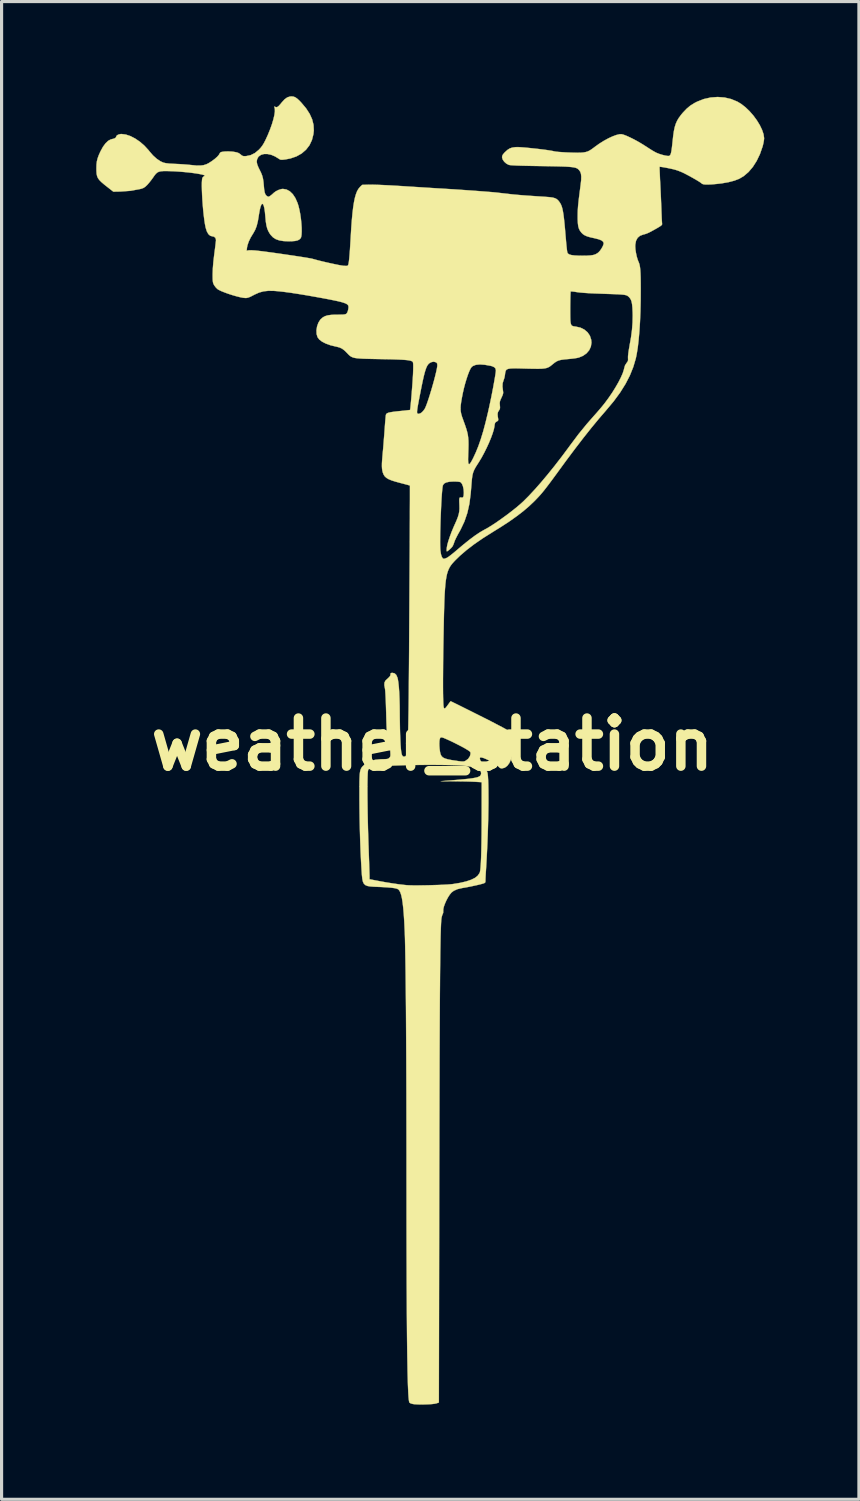
<source format=kicad_pcb>
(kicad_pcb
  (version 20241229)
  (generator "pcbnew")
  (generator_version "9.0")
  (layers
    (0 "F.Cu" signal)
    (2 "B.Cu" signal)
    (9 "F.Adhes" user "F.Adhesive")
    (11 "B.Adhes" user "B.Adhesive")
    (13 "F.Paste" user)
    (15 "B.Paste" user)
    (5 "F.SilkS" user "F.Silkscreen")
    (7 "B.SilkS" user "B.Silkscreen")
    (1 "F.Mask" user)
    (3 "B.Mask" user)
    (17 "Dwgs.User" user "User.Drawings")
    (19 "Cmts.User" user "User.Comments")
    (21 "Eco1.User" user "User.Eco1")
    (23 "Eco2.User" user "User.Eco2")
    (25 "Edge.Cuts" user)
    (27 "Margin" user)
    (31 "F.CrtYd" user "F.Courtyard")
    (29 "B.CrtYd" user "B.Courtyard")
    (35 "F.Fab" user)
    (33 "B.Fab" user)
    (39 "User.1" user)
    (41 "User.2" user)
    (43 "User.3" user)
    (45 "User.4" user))
  (footprint "weather_station"
    (layer "F.Cu")
    (at 10.653 20.54)
    (property "Reference" "weather_station" (at 0 0 0) (layer "F.SilkS") (effects (font (size 1.524 1.524) (thickness 0.3))))
    (attr through_hole)
    (fp_poly (pts (xy -4.404 -20.529) (xy -4.347 -20.507) (xy -4.286 -20.466) (xy -4.215 -20.401) (xy -4.156 -20.339) (xy -4.004 -20.158) (xy -3.889 -19.981) (xy -3.811 -19.807) (xy -3.767 -19.632) (xy -3.758 -19.455) (xy -3.77 -19.341) (xy -3.817 -19.154) (xy -3.895 -18.988) (xy -4.005 -18.846) (xy -4.143 -18.727) (xy -4.308 -18.634) (xy -4.498 -18.569) (xy -4.653 -18.539) (xy -4.733 -18.529) (xy -4.785 -18.527) (xy -4.82 -18.532) (xy -4.848 -18.547) (xy -4.863 -18.557) (xy -4.986 -18.633) (xy -5.109 -18.685) (xy -5.227 -18.71) (xy -5.336 -18.71) (xy -5.43 -18.684) (xy -5.503 -18.632) (xy -5.529 -18.597) (xy -5.559 -18.53) (xy -5.567 -18.459) (xy -5.551 -18.377) (xy -5.51 -18.277) (xy -5.484 -18.225) (xy -5.431 -18.118) (xy -5.394 -18.024) (xy -5.369 -17.929) (xy -5.353 -17.821) (xy -5.343 -17.712) (xy -5.332 -17.589) (xy -5.317 -17.5) (xy -5.296 -17.437) (xy -5.267 -17.396) (xy -5.244 -17.377) (xy -5.208 -17.357) (xy -5.178 -17.36) (xy -5.144 -17.38) (xy -5.095 -17.417) (xy -5.041 -17.465) (xy -5.028 -17.478) (xy -4.964 -17.526) (xy -4.881 -17.568) (xy -4.796 -17.596) (xy -4.739 -17.604) (xy -4.625 -17.585) (xy -4.52 -17.529) (xy -4.425 -17.438) (xy -4.343 -17.314) (xy -4.274 -17.158) (xy -4.242 -17.056) (xy -4.212 -16.931) (xy -4.186 -16.793) (xy -4.166 -16.65) (xy -4.152 -16.507) (xy -4.143 -16.372) (xy -4.142 -16.251) (xy -4.147 -16.15) (xy -4.16 -16.076) (xy -4.174 -16.043) (xy -4.214 -16.002) (xy -4.27 -15.972) (xy -4.348 -15.954) (xy -4.455 -15.945) (xy -4.548 -15.943) (xy -4.716 -15.95) (xy -4.852 -15.972) (xy -4.962 -16.011) (xy -5.053 -16.07) (xy -5.129 -16.151) (xy -5.153 -16.185) (xy -5.199 -16.264) (xy -5.234 -16.348) (xy -5.26 -16.447) (xy -5.279 -16.567) (xy -5.293 -16.718) (xy -5.295 -16.738) (xy -5.308 -16.878) (xy -5.325 -16.99) (xy -5.345 -17.072) (xy -5.369 -17.12) (xy -5.395 -17.131) (xy -5.396 -17.131) (xy -5.421 -17.103) (xy -5.447 -17.038) (xy -5.471 -16.938) (xy -5.495 -16.804) (xy -5.502 -16.758) (xy -5.532 -16.578) (xy -5.569 -16.429) (xy -5.616 -16.307) (xy -5.673 -16.203) (xy -5.679 -16.194) (xy -5.759 -16.063) (xy -5.821 -15.934) (xy -5.862 -15.814) (xy -5.875 -15.748) (xy -5.887 -15.645) (xy -5.83 -15.656) (xy -5.787 -15.659) (xy -5.716 -15.658) (xy -5.63 -15.653) (xy -5.578 -15.648) (xy -5.491 -15.638) (xy -5.378 -15.625) (xy -5.243 -15.607) (xy -5.092 -15.587) (xy -4.93 -15.564) (xy -4.761 -15.54) (xy -4.592 -15.515) (xy -4.426 -15.491) (xy -4.269 -15.467) (xy -4.126 -15.445) (xy -4.002 -15.425) (xy -3.903 -15.408) (xy -3.832 -15.395) (xy -3.798 -15.387) (xy -3.711 -15.363) (xy -3.602 -15.334) (xy -3.476 -15.303) (xy -3.343 -15.272) (xy -3.209 -15.242) (xy -3.082 -15.215) (xy -2.97 -15.192) (xy -2.879 -15.176) (xy -2.817 -15.167) (xy -2.812 -15.167) (xy -2.741 -15.163) (xy -2.7 -15.165) (xy -2.678 -15.177) (xy -2.669 -15.193) (xy -2.657 -15.236) (xy -2.646 -15.304) (xy -2.635 -15.401) (xy -2.624 -15.528) (xy -2.612 -15.688) (xy -2.6 -15.882) (xy -2.589 -16.063) (xy -2.572 -16.357) (xy -2.553 -16.615) (xy -2.532 -16.838) (xy -2.509 -17.03) (xy -2.483 -17.193) (xy -2.454 -17.33) (xy -2.421 -17.442) (xy -2.385 -17.534) (xy -2.343 -17.606) (xy -2.297 -17.661) (xy -2.295 -17.664) (xy -2.225 -17.731) (xy -1.996 -17.738) (xy -1.924 -17.738) (xy -1.82 -17.735) (xy -1.688 -17.731) (xy -1.534 -17.724) (xy -1.366 -17.716) (xy -1.188 -17.706) (xy -1.006 -17.695) (xy -0.986 -17.694) (xy -0.789 -17.681) (xy -0.581 -17.668) (xy -0.372 -17.655) (xy -0.169 -17.642) (xy 0.019 -17.63) (xy 0.183 -17.62) (xy 0.293 -17.614) (xy 0.481 -17.602) (xy 0.68 -17.59) (xy 0.883 -17.576) (xy 1.087 -17.562) (xy 1.285 -17.548) (xy 1.472 -17.534) (xy 1.644 -17.521) (xy 1.794 -17.509) (xy 1.919 -17.499) (xy 2.012 -17.49) (xy 2.042 -17.487) (xy 2.125 -17.477) (xy 2.232 -17.465) (xy 2.349 -17.452) (xy 2.452 -17.44) (xy 2.54 -17.43) (xy 2.633 -17.421) (xy 2.735 -17.412) (xy 2.852 -17.402) (xy 2.988 -17.392) (xy 3.149 -17.381) (xy 3.338 -17.368) (xy 3.561 -17.354) (xy 3.586 -17.352) (xy 3.715 -17.342) (xy 3.811 -17.329) (xy 3.884 -17.309) (xy 3.939 -17.281) (xy 3.984 -17.242) (xy 4.023 -17.193) (xy 4.052 -17.15) (xy 4.077 -17.102) (xy 4.099 -17.046) (xy 4.119 -16.978) (xy 4.136 -16.895) (xy 4.153 -16.793) (xy 4.169 -16.668) (xy 4.185 -16.517) (xy 4.202 -16.336) (xy 4.22 -16.122) (xy 4.231 -15.998) (xy 4.241 -15.879) (xy 4.252 -15.771) (xy 4.262 -15.681) (xy 4.271 -15.616) (xy 4.278 -15.583) (xy 4.301 -15.55) (xy 4.344 -15.524) (xy 4.411 -15.506) (xy 4.506 -15.494) (xy 4.632 -15.488) (xy 4.748 -15.486) (xy 4.894 -15.488) (xy 5.008 -15.495) (xy 5.096 -15.508) (xy 5.165 -15.53) (xy 5.221 -15.56) (xy 5.262 -15.591) (xy 5.312 -15.645) (xy 5.359 -15.713) (xy 5.399 -15.784) (xy 5.423 -15.848) (xy 5.428 -15.888) (xy 5.408 -15.933) (xy 5.358 -15.972) (xy 5.277 -16.005) (xy 5.161 -16.035) (xy 5.136 -16.041) (xy 5.005 -16.07) (xy 4.905 -16.099) (xy 4.829 -16.132) (xy 4.77 -16.171) (xy 4.721 -16.219) (xy 4.72 -16.22) (xy 4.676 -16.279) (xy 4.644 -16.344) (xy 4.622 -16.421) (xy 4.61 -16.518) (xy 4.604 -16.641) (xy 4.604 -16.754) (xy 4.605 -16.836) (xy 4.607 -16.913) (xy 4.612 -16.99) (xy 4.618 -17.073) (xy 4.628 -17.169) (xy 4.64 -17.281) (xy 4.657 -17.416) (xy 4.678 -17.58) (xy 4.699 -17.741) (xy 4.715 -17.883) (xy 4.718 -17.993) (xy 4.709 -18.079) (xy 4.687 -18.145) (xy 4.656 -18.191) (xy 4.633 -18.217) (xy 4.608 -18.239) (xy 4.579 -18.257) (xy 4.541 -18.272) (xy 4.491 -18.284) (xy 4.427 -18.294) (xy 4.344 -18.302) (xy 4.24 -18.309) (xy 4.112 -18.314) (xy 3.955 -18.318) (xy 3.768 -18.322) (xy 3.545 -18.326) (xy 3.449 -18.327) (xy 3.211 -18.331) (xy 3.009 -18.335) (xy 2.842 -18.339) (xy 2.705 -18.343) (xy 2.598 -18.348) (xy 2.517 -18.353) (xy 2.46 -18.358) (xy 2.425 -18.365) (xy 2.417 -18.367) (xy 2.342 -18.407) (xy 2.276 -18.466) (xy 2.228 -18.535) (xy 2.208 -18.602) (xy 2.208 -18.609) (xy 2.214 -18.654) (xy 2.238 -18.698) (xy 2.284 -18.752) (xy 2.298 -18.766) (xy 2.377 -18.838) (xy 2.45 -18.885) (xy 2.528 -18.912) (xy 2.628 -18.926) (xy 2.667 -18.928) (xy 2.729 -18.928) (xy 2.822 -18.922) (xy 2.94 -18.913) (xy 3.074 -18.9) (xy 3.217 -18.885) (xy 3.362 -18.869) (xy 3.502 -18.852) (xy 3.63 -18.835) (xy 3.737 -18.818) (xy 3.818 -18.804) (xy 3.846 -18.797) (xy 3.905 -18.786) (xy 3.994 -18.776) (xy 4.106 -18.768) (xy 4.232 -18.76) (xy 4.363 -18.755) (xy 4.491 -18.751) (xy 4.608 -18.75) (xy 4.706 -18.752) (xy 4.775 -18.757) (xy 4.785 -18.758) (xy 4.857 -18.771) (xy 4.916 -18.788) (xy 4.972 -18.814) (xy 5.034 -18.852) (xy 5.113 -18.909) (xy 5.152 -18.939) (xy 5.292 -19.039) (xy 5.436 -19.129) (xy 5.577 -19.206) (xy 5.711 -19.268) (xy 5.83 -19.312) (xy 5.931 -19.336) (xy 5.994 -19.338) (xy 6.057 -19.322) (xy 6.146 -19.288) (xy 6.254 -19.239) (xy 6.376 -19.179) (xy 6.504 -19.11) (xy 6.632 -19.035) (xy 6.753 -18.959) (xy 6.78 -18.942) (xy 6.873 -18.881) (xy 6.964 -18.824) (xy 7.045 -18.777) (xy 7.104 -18.746) (xy 7.11 -18.744) (xy 7.191 -18.712) (xy 7.281 -18.684) (xy 7.369 -18.662) (xy 7.443 -18.649) (xy 7.495 -18.648) (xy 7.503 -18.65) (xy 7.526 -18.663) (xy 7.545 -18.691) (xy 7.561 -18.739) (xy 7.576 -18.809) (xy 7.59 -18.909) (xy 7.605 -19.04) (xy 7.611 -19.099) (xy 7.631 -19.283) (xy 7.653 -19.435) (xy 7.68 -19.562) (xy 7.714 -19.67) (xy 7.757 -19.766) (xy 7.811 -19.857) (xy 7.88 -19.95) (xy 7.934 -20.015) (xy 8.053 -20.141) (xy 8.173 -20.242) (xy 8.311 -20.328) (xy 8.392 -20.369) (xy 8.601 -20.451) (xy 8.819 -20.5) (xy 9.04 -20.516) (xy 9.258 -20.5) (xy 9.467 -20.451) (xy 9.663 -20.37) (xy 9.783 -20.298) (xy 9.92 -20.192) (xy 10.052 -20.065) (xy 10.175 -19.924) (xy 10.284 -19.775) (xy 10.376 -19.624) (xy 10.447 -19.476) (xy 10.494 -19.337) (xy 10.512 -19.213) (xy 10.512 -19.205) (xy 10.506 -19.143) (xy 10.491 -19.059) (xy 10.47 -18.969) (xy 10.463 -18.944) (xy 10.38 -18.706) (xy 10.276 -18.49) (xy 10.155 -18.3) (xy 10.018 -18.139) (xy 9.867 -18.01) (xy 9.722 -17.924) (xy 9.568 -17.865) (xy 9.38 -17.816) (xy 9.161 -17.778) (xy 9.018 -17.762) (xy 8.865 -17.748) (xy 8.746 -17.742) (xy 8.657 -17.742) (xy 8.593 -17.749) (xy 8.551 -17.763) (xy 8.529 -17.78) (xy 8.497 -17.805) (xy 8.437 -17.844) (xy 8.354 -17.894) (xy 8.256 -17.95) (xy 8.149 -18.01) (xy 8.039 -18.068) (xy 7.961 -18.108) (xy 7.877 -18.146) (xy 7.779 -18.184) (xy 7.707 -18.207) (xy 7.643 -18.225) (xy 7.562 -18.243) (xy 7.473 -18.262) (xy 7.384 -18.279) (xy 7.305 -18.293) (xy 7.242 -18.302) (xy 7.205 -18.305) (xy 7.199 -18.304) (xy 7.199 -18.283) (xy 7.2 -18.229) (xy 7.203 -18.147) (xy 7.208 -18.04) (xy 7.213 -17.916) (xy 7.22 -17.79) (xy 7.228 -17.625) (xy 7.236 -17.449) (xy 7.244 -17.272) (xy 7.251 -17.106) (xy 7.257 -16.962) (xy 7.258 -16.911) (xy 7.263 -16.791) (xy 7.267 -16.684) (xy 7.272 -16.594) (xy 7.276 -16.53) (xy 7.279 -16.498) (xy 7.279 -16.498) (xy 7.278 -16.475) (xy 7.261 -16.452) (xy 7.224 -16.423) (xy 7.159 -16.383) (xy 7.117 -16.358) (xy 6.999 -16.292) (xy 6.908 -16.242) (xy 6.835 -16.207) (xy 6.776 -16.183) (xy 6.721 -16.166) (xy 6.683 -16.157) (xy 6.579 -16.118) (xy 6.503 -16.053) (xy 6.453 -15.96) (xy 6.43 -15.839) (xy 6.428 -15.784) (xy 6.434 -15.688) (xy 6.451 -15.577) (xy 6.475 -15.464) (xy 6.504 -15.364) (xy 6.527 -15.305) (xy 6.548 -15.256) (xy 6.565 -15.198) (xy 6.578 -15.129) (xy 6.588 -15.042) (xy 6.595 -14.935) (xy 6.6 -14.802) (xy 6.602 -14.639) (xy 6.603 -14.442) (xy 6.603 -14.428) (xy 6.601 -14.064) (xy 6.593 -13.718) (xy 6.579 -13.393) (xy 6.56 -13.092) (xy 6.536 -12.819) (xy 6.508 -12.576) (xy 6.474 -12.367) (xy 6.446 -12.231) (xy 6.366 -11.96) (xy 6.258 -11.691) (xy 6.119 -11.422) (xy 5.948 -11.149) (xy 5.743 -10.87) (xy 5.502 -10.583) (xy 5.5 -10.58) (xy 5.278 -10.323) (xy 5.042 -10.037) (xy 4.79 -9.72) (xy 4.522 -9.371) (xy 4.236 -8.989) (xy 4.028 -8.704) (xy 3.898 -8.526) (xy 3.788 -8.376) (xy 3.694 -8.25) (xy 3.613 -8.144) (xy 3.543 -8.054) (xy 3.479 -7.976) (xy 3.42 -7.907) (xy 3.361 -7.842) (xy 3.3 -7.778) (xy 3.234 -7.71) (xy 3.229 -7.705) (xy 3.063 -7.547) (xy 2.88 -7.391) (xy 2.673 -7.232) (xy 2.441 -7.067) (xy 2.179 -6.896) (xy 1.915 -6.732) (xy 1.604 -6.536) (xy 1.329 -6.347) (xy 1.086 -6.161) (xy 0.873 -5.978) (xy 0.728 -5.837) (xy 0.675 -5.781) (xy 0.628 -5.728) (xy 0.587 -5.675) (xy 0.55 -5.618) (xy 0.518 -5.556) (xy 0.49 -5.487) (xy 0.465 -5.407) (xy 0.445 -5.314) (xy 0.427 -5.206) (xy 0.412 -5.08) (xy 0.4 -4.934) (xy 0.389 -4.765) (xy 0.38 -4.571) (xy 0.373 -4.35) (xy 0.366 -4.098) (xy 0.36 -3.814) (xy 0.354 -3.494) (xy 0.35 -3.282) (xy 0.344 -2.939) (xy 0.34 -2.621) (xy 0.338 -2.331) (xy 0.336 -2.07) (xy 0.336 -1.839) (xy 0.337 -1.639) (xy 0.34 -1.473) (xy 0.344 -1.341) (xy 0.349 -1.244) (xy 0.356 -1.185) (xy 0.36 -1.167) (xy 0.376 -1.142) (xy 0.395 -1.139) (xy 0.422 -1.161) (xy 0.462 -1.212) (xy 0.49 -1.25) (xy 0.531 -1.307) (xy 0.562 -1.349) (xy 0.579 -1.367) (xy 0.579 -1.368) (xy 0.598 -1.359) (xy 0.647 -1.335) (xy 0.725 -1.297) (xy 0.827 -1.247) (xy 0.949 -1.186) (xy 1.089 -1.116) (xy 1.242 -1.04) (xy 1.353 -0.984) (xy 1.624 -0.848) (xy 1.861 -0.728) (xy 2.064 -0.622) (xy 2.237 -0.531) (xy 2.378 -0.453) (xy 2.491 -0.388) (xy 2.577 -0.336) (xy 2.636 -0.294) (xy 2.662 -0.271) (xy 2.696 -0.229) (xy 2.712 -0.18) (xy 2.711 -0.12) (xy 2.693 -0.041) (xy 2.655 0.062) (xy 2.621 0.143) (xy 2.58 0.24) (xy 2.541 0.336) (xy 2.509 0.419) (xy 2.492 0.469) (xy 2.44 0.59) (xy 2.372 0.681) (xy 2.293 0.739) (xy 2.204 0.762) (xy 2.194 0.762) (xy 2.143 0.748) (xy 2.093 0.703) (xy 2.085 0.694) (xy 2.044 0.656) (xy 1.975 0.609) (xy 1.889 0.558) (xy 1.795 0.509) (xy 1.702 0.465) (xy 1.621 0.432) (xy 1.568 0.417) (xy 1.525 0.412) (xy 1.507 0.424) (xy 1.504 0.456) (xy 1.515 0.495) (xy 1.545 0.556) (xy 1.589 0.629) (xy 1.609 0.658) (xy 1.658 0.734) (xy 1.702 0.806) (xy 1.732 0.863) (xy 1.739 0.879) (xy 1.751 0.93) (xy 1.76 1.016) (xy 1.767 1.135) (xy 1.772 1.283) (xy 1.775 1.456) (xy 1.776 1.652) (xy 1.776 1.867) (xy 1.773 2.097) (xy 1.769 2.34) (xy 1.762 2.592) (xy 1.754 2.85) (xy 1.744 3.11) (xy 1.732 3.369) (xy 1.719 3.624) (xy 1.709 3.8) (xy 1.701 3.933) (xy 1.693 4.057) (xy 1.687 4.164) (xy 1.683 4.249) (xy 1.681 4.305) (xy 1.681 4.32) (xy 1.679 4.358) (xy 1.668 4.382) (xy 1.64 4.399) (xy 1.586 4.416) (xy 1.558 4.424) (xy 1.452 4.451) (xy 1.322 4.48) (xy 1.179 4.51) (xy 1.039 4.537) (xy 0.942 4.553) (xy 0.79 4.589) (xy 0.671 4.643) (xy 0.602 4.698) (xy 0.548 4.764) (xy 0.493 4.85) (xy 0.441 4.948) (xy 0.397 5.049) (xy 0.363 5.143) (xy 0.345 5.222) (xy 0.344 5.272) (xy 0.341 5.341) (xy 0.326 5.376) (xy 0.308 5.422) (xy 0.291 5.488) (xy 0.285 5.529) (xy 0.28 5.579) (xy 0.276 5.644) (xy 0.272 5.725) (xy 0.268 5.823) (xy 0.264 5.939) (xy 0.26 6.074) (xy 0.257 6.228) (xy 0.254 6.404) (xy 0.25 6.602) (xy 0.248 6.822) (xy 0.245 7.066) (xy 0.242 7.335) (xy 0.24 7.629) (xy 0.237 7.951) (xy 0.235 8.3) (xy 0.233 8.677) (xy 0.231 9.084) (xy 0.229 9.522) (xy 0.227 9.992) (xy 0.226 10.494) (xy 0.224 11.029) (xy 0.223 11.599) (xy 0.221 12.204) (xy 0.22 12.846) (xy 0.218 13.525) (xy 0.217 14.048) (xy 0.205 20.857) (xy 0.127 20.884) (xy 0.072 20.896) (xy -0.012 20.906) (xy -0.117 20.913) (xy -0.233 20.917) (xy -0.351 20.919) (xy -0.461 20.917) (xy -0.555 20.912) (xy -0.619 20.904) (xy -0.684 20.886) (xy -0.724 20.863) (xy -0.731 20.853) (xy -0.74 20.819) (xy -0.748 20.762) (xy -0.756 20.681) (xy -0.763 20.575) (xy -0.769 20.443) (xy -0.776 20.286) (xy -0.781 20.101) (xy -0.787 19.889) (xy -0.791 19.648) (xy -0.796 19.378) (xy -0.8 19.078) (xy -0.804 18.748) (xy -0.807 18.385) (xy -0.81 17.99) (xy -0.812 17.563) (xy -0.815 17.101) (xy -0.816 16.605) (xy -0.818 16.073) (xy -0.819 15.505) (xy -0.82 14.901) (xy -0.82 14.258) (xy -0.821 13.706) (xy -0.821 13.002) (xy -0.822 12.325) (xy -0.823 11.676) (xy -0.824 11.057) (xy -0.826 10.467) (xy -0.828 9.908) (xy -0.831 9.38) (xy -0.834 8.884) (xy -0.837 8.421) (xy -0.841 7.99) (xy -0.845 7.594) (xy -0.849 7.232) (xy -0.854 6.905) (xy -0.859 6.615) (xy -0.864 6.36) (xy -0.869 6.144) (xy -0.875 5.965) (xy -0.879 5.881) (xy -0.892 5.613) (xy -0.907 5.381) (xy -0.924 5.184) (xy -0.943 5.019) (xy -0.964 4.884) (xy -0.988 4.776) (xy -1.015 4.694) (xy -1.046 4.634) (xy -1.08 4.595) (xy -1.121 4.575) (xy -1.192 4.557) (xy -1.295 4.543) (xy -1.431 4.531) (xy -1.604 4.521) (xy -1.699 4.517) (xy -1.852 4.511) (xy -1.971 4.502) (xy -2.061 4.486) (xy -2.126 4.458) (xy -2.172 4.414) (xy -2.202 4.35) (xy -2.221 4.26) (xy -2.234 4.141) (xy -2.244 3.988) (xy -2.245 3.973) (xy -2.261 3.701) (xy -2.276 3.396) (xy -2.288 3.067) (xy -2.298 2.721) (xy -2.306 2.364) (xy -2.311 2.004) (xy -2.313 1.71) (xy -2.313 1.51) (xy -2.059 1.51) (xy -2.058 1.714) (xy -2.055 1.936) (xy -2.052 2.171) (xy -2.047 2.417) (xy -2.041 2.671) (xy -2.033 2.929) (xy -2.025 3.189) (xy -2.024 3.199) (xy -2.018 3.385) (xy -2.012 3.562) (xy -2.006 3.725) (xy -2.002 3.871) (xy -1.998 3.994) (xy -1.995 4.09) (xy -1.993 4.154) (xy -1.993 4.179) (xy -1.993 4.274) (xy -1.671 4.336) (xy -1.465 4.373) (xy -1.259 4.406) (xy -1.064 4.434) (xy -0.891 4.454) (xy -0.811 4.462) (xy -0.724 4.466) (xy -0.605 4.469) (xy -0.462 4.469) (xy -0.303 4.468) (xy -0.135 4.465) (xy 0.036 4.46) (xy 0.201 4.455) (xy 0.354 4.448) (xy 0.488 4.441) (xy 0.594 4.432) (xy 0.645 4.427) (xy 0.876 4.389) (xy 1.07 4.344) (xy 1.228 4.291) (xy 1.351 4.23) (xy 1.439 4.159) (xy 1.493 4.079) (xy 1.506 4.047) (xy 1.517 3.988) (xy 1.527 3.89) (xy 1.536 3.756) (xy 1.544 3.584) (xy 1.55 3.377) (xy 1.555 3.136) (xy 1.559 2.86) (xy 1.561 2.552) (xy 1.562 2.216) (xy 1.563 1.198) (xy 1.343 1.185) (xy 1.255 1.181) (xy 1.137 1.177) (xy 1.001 1.174) (xy 0.856 1.172) (xy 0.712 1.17) (xy 0.694 1.17) (xy 0.264 1.167) (xy 0.576 1.142) (xy 0.796 1.124) (xy 0.981 1.107) (xy 1.132 1.092) (xy 1.254 1.076) (xy 1.35 1.06) (xy 1.422 1.043) (xy 1.474 1.023) (xy 1.509 1.001) (xy 1.53 0.975) (xy 1.541 0.944) (xy 1.544 0.909) (xy 1.544 0.907) (xy 1.529 0.848) (xy 1.484 0.797) (xy 1.407 0.756) (xy 1.296 0.721) (xy 1.148 0.694) (xy 1.075 0.684) (xy 0.965 0.673) (xy 0.822 0.665) (xy 0.65 0.658) (xy 0.455 0.654) (xy 0.241 0.651) (xy 0.014 0.65) (xy -0.221 0.65) (xy -0.459 0.652) (xy -0.695 0.656) (xy -0.923 0.661) (xy -1.139 0.668) (xy -1.337 0.676) (xy -1.512 0.686) (xy -1.659 0.697) (xy -1.748 0.706) (xy -1.855 0.72) (xy -1.93 0.735) (xy -1.98 0.752) (xy -2.012 0.776) (xy -2.033 0.807) (xy -2.037 0.815) (xy -2.044 0.852) (xy -2.05 0.924) (xy -2.054 1.029) (xy -2.057 1.164) (xy -2.059 1.325) (xy -2.059 1.51) (xy -2.313 1.51) (xy -2.313 1.496) (xy -2.313 1.318) (xy -2.312 1.171) (xy -2.308 1.052) (xy -2.303 0.957) (xy -2.295 0.882) (xy -2.283 0.824) (xy -2.267 0.778) (xy -2.247 0.741) (xy -2.223 0.709) (xy -2.193 0.679) (xy -2.169 0.657) (xy -2.066 0.579) (xy -1.95 0.524) (xy -1.814 0.489) (xy -1.652 0.472) (xy -1.548 0.469) (xy -1.47 0.467) (xy -1.419 0.46) (xy -1.385 0.444) (xy -1.365 0.427) (xy -1.345 0.404) (xy -1.334 0.378) (xy -1.329 0.339) (xy -1.331 0.277) (xy -1.335 0.205) (xy -1.344 0.113) (xy -1.357 0.024) (xy -1.373 -0.045) (xy -1.378 -0.061) (xy -1.396 -0.112) (xy -1.41 -0.163) (xy -1.422 -0.22) (xy -1.432 -0.286) (xy -1.44 -0.366) (xy -1.447 -0.465) (xy -1.453 -0.587) (xy -1.458 -0.737) (xy -1.463 -0.92) (xy -1.465 -1.006) (xy -1.47 -1.169) (xy -1.475 -1.323) (xy -1.481 -1.463) (xy -1.487 -1.582) (xy -1.493 -1.677) (xy -1.499 -1.742) (xy -1.503 -1.768) (xy -1.523 -1.876) (xy -1.519 -1.957) (xy -1.49 -2.017) (xy -1.473 -2.035) (xy -1.406 -2.096) (xy -1.363 -2.139) (xy -1.34 -2.17) (xy -1.33 -2.196) (xy -1.329 -2.217) (xy -1.324 -2.251) (xy -1.3 -2.264) (xy -1.262 -2.266) (xy -1.196 -2.25) (xy -1.145 -2.201) (xy -1.108 -2.116) (xy -1.095 -2.065) (xy -1.078 -1.957) (xy -1.063 -1.814) (xy -1.051 -1.641) (xy -1.043 -1.442) (xy -1.037 -1.221) (xy -1.035 -1.016) (xy -1.034 -0.853) (xy -1.031 -0.671) (xy -1.028 -0.487) (xy -1.023 -0.312) (xy -1.017 -0.162) (xy -1.017 -0.155) (xy -1.009 0.012) (xy -0.999 0.142) (xy -0.987 0.241) (xy -0.973 0.311) (xy -0.954 0.357) (xy -0.932 0.381) (xy -0.903 0.388) (xy -0.894 0.387) (xy -0.881 0.385) (xy -0.869 0.383) (xy -0.857 0.377) (xy -0.846 0.369) (xy -0.836 0.356) (xy -0.827 0.336) (xy -0.818 0.309) (xy -0.81 0.273) (xy -0.803 0.228) (xy -0.796 0.17) (xy -0.79 0.1) (xy -0.784 0.016) (xy -0.78 -0.062) (xy 0.219 -0.062) (xy 0.221 0.046) (xy 0.228 0.139) (xy 0.241 0.236) (xy 0.259 0.312) (xy 0.288 0.37) (xy 0.333 0.414) (xy 0.399 0.447) (xy 0.49 0.474) (xy 0.611 0.498) (xy 0.723 0.515) (xy 0.829 0.531) (xy 0.905 0.54) (xy 0.958 0.543) (xy 0.996 0.54) (xy 1.026 0.532) (xy 1.051 0.52) (xy 1.134 0.458) (xy 1.188 0.378) (xy 1.205 0.317) (xy 1.209 0.276) (xy 1.203 0.247) (xy 1.181 0.221) (xy 1.135 0.189) (xy 1.101 0.168) (xy 1.03 0.125) (xy 0.939 0.075) (xy 0.835 0.021) (xy 0.725 -0.035) (xy 0.616 -0.089) (xy 0.512 -0.137) (xy 0.423 -0.177) (xy 0.353 -0.206) (xy 0.309 -0.22) (xy 0.303 -0.221) (xy 0.267 -0.22) (xy 0.246 -0.203) (xy 0.232 -0.162) (xy 0.227 -0.14) (xy 0.219 -0.062) (xy -0.78 -0.062) (xy -0.779 -0.083) (xy -0.774 -0.199) (xy -0.77 -0.333) (xy -0.766 -0.487) (xy -0.762 -0.661) (xy -0.759 -0.857) (xy -0.755 -1.077) (xy -0.752 -1.321) (xy -0.749 -1.59) (xy -0.747 -1.888) (xy -0.744 -2.213) (xy -0.741 -2.569) (xy -0.738 -2.956) (xy -0.736 -3.375) (xy -0.733 -3.829) (xy -0.73 -4.317) (xy -0.727 -4.842) (xy -0.724 -5.383) (xy -0.722 -5.711) (xy -0.72 -6.029) (xy -0.718 -6.333) (xy -0.718 -6.415) (xy 0.245 -6.415) (xy 0.246 -6.291) (xy 0.25 -6.194) (xy 0.253 -6.148) (xy 0.272 -6.025) (xy 0.299 -5.94) (xy 0.333 -5.892) (xy 0.364 -5.881) (xy 0.401 -5.889) (xy 0.453 -5.909) (xy 0.461 -5.913) (xy 0.499 -5.936) (xy 0.559 -5.98) (xy 0.635 -6.04) (xy 0.719 -6.109) (xy 0.766 -6.149) (xy 0.985 -6.334) (xy 1.18 -6.49) (xy 1.352 -6.618) (xy 1.503 -6.719) (xy 1.633 -6.795) (xy 1.651 -6.804) (xy 1.765 -6.867) (xy 1.901 -6.952) (xy 2.053 -7.053) (xy 2.213 -7.166) (xy 2.376 -7.285) (xy 2.534 -7.406) (xy 2.681 -7.524) (xy 2.809 -7.634) (xy 2.884 -7.703) (xy 3.056 -7.875) (xy 3.243 -8.076) (xy 3.443 -8.303) (xy 3.652 -8.552) (xy 3.867 -8.819) (xy 4.084 -9.099) (xy 4.3 -9.388) (xy 4.386 -9.505) (xy 4.632 -9.833) (xy 4.894 -10.154) (xy 5.113 -10.404) (xy 5.199 -10.5) (xy 5.287 -10.602) (xy 5.37 -10.7) (xy 5.437 -10.783) (xy 5.455 -10.805) (xy 5.579 -10.972) (xy 5.696 -11.143) (xy 5.802 -11.313) (xy 5.896 -11.476) (xy 5.973 -11.627) (xy 6.032 -11.762) (xy 6.068 -11.874) (xy 6.075 -11.906) (xy 6.105 -12.011) (xy 6.152 -12.084) (xy 6.186 -12.13) (xy 6.201 -12.172) (xy 6.2 -12.231) (xy 6.199 -12.243) (xy 6.2 -12.306) (xy 6.21 -12.401) (xy 6.228 -12.52) (xy 6.249 -12.641) (xy 6.295 -12.903) (xy 6.326 -13.141) (xy 6.343 -13.365) (xy 6.348 -13.588) (xy 6.346 -13.691) (xy 6.339 -13.837) (xy 6.328 -13.95) (xy 6.311 -14.037) (xy 6.285 -14.103) (xy 6.25 -14.155) (xy 6.211 -14.194) (xy 6.19 -14.21) (xy 6.168 -14.223) (xy 6.14 -14.234) (xy 6.103 -14.243) (xy 6.051 -14.251) (xy 5.983 -14.257) (xy 5.892 -14.263) (xy 5.776 -14.268) (xy 5.63 -14.273) (xy 5.451 -14.279) (xy 5.373 -14.282) (xy 5.15 -14.29) (xy 4.957 -14.299) (xy 4.795 -14.31) (xy 4.668 -14.321) (xy 4.578 -14.333) (xy 4.576 -14.333) (xy 4.496 -14.346) (xy 4.431 -14.353) (xy 4.391 -14.355) (xy 4.382 -14.353) (xy 4.379 -14.331) (xy 4.376 -14.275) (xy 4.373 -14.191) (xy 4.371 -14.084) (xy 4.369 -13.958) (xy 4.368 -13.835) (xy 4.368 -13.671) (xy 4.369 -13.541) (xy 4.372 -13.441) (xy 4.379 -13.368) (xy 4.391 -13.316) (xy 4.409 -13.283) (xy 4.435 -13.262) (xy 4.469 -13.25) (xy 4.514 -13.243) (xy 4.548 -13.239) (xy 4.693 -13.206) (xy 4.817 -13.144) (xy 4.918 -13.058) (xy 4.991 -12.95) (xy 5.032 -12.825) (xy 5.041 -12.732) (xy 5.022 -12.606) (xy 4.969 -12.492) (xy 4.884 -12.392) (xy 4.771 -12.313) (xy 4.643 -12.26) (xy 4.583 -12.246) (xy 4.495 -12.232) (xy 4.394 -12.22) (xy 4.308 -12.212) (xy 4.179 -12.2) (xy 4.08 -12.186) (xy 4.003 -12.167) (xy 3.939 -12.139) (xy 3.878 -12.1) (xy 3.812 -12.047) (xy 3.807 -12.043) (xy 3.757 -12.002) (xy 3.711 -11.969) (xy 3.662 -11.944) (xy 3.607 -11.925) (xy 3.54 -11.913) (xy 3.456 -11.905) (xy 3.35 -11.903) (xy 3.217 -11.904) (xy 3.052 -11.907) (xy 2.971 -11.909) (xy 2.795 -11.914) (xy 2.654 -11.917) (xy 2.544 -11.916) (xy 2.461 -11.911) (xy 2.401 -11.9) (xy 2.359 -11.882) (xy 2.332 -11.855) (xy 2.316 -11.818) (xy 2.306 -11.77) (xy 2.299 -11.71) (xy 2.297 -11.697) (xy 2.283 -11.622) (xy 2.26 -11.55) (xy 2.252 -11.531) (xy 2.226 -11.445) (xy 2.221 -11.339) (xy 2.236 -11.211) (xy 2.243 -11.158) (xy 2.239 -11.113) (xy 2.222 -11.061) (xy 2.189 -10.989) (xy 2.189 -10.988) (xy 2.155 -10.915) (xy 2.138 -10.86) (xy 2.133 -10.809) (xy 2.138 -10.747) (xy 2.138 -10.746) (xy 2.143 -10.678) (xy 2.138 -10.633) (xy 2.119 -10.596) (xy 2.108 -10.582) (xy 2.078 -10.531) (xy 2.066 -10.472) (xy 2.071 -10.394) (xy 2.08 -10.342) (xy 2.087 -10.29) (xy 2.08 -10.26) (xy 2.052 -10.239) (xy 2.037 -10.231) (xy 2.004 -10.21) (xy 1.985 -10.182) (xy 1.973 -10.135) (xy 1.967 -10.083) (xy 1.948 -9.985) (xy 1.911 -9.862) (xy 1.859 -9.719) (xy 1.795 -9.563) (xy 1.721 -9.401) (xy 1.641 -9.241) (xy 1.558 -9.087) (xy 1.474 -8.948) (xy 1.453 -8.915) (xy 1.38 -8.801) (xy 1.328 -8.707) (xy 1.293 -8.622) (xy 1.27 -8.534) (xy 1.255 -8.433) (xy 1.249 -8.374) (xy 1.24 -8.269) (xy 1.23 -8.144) (xy 1.219 -8.016) (xy 1.212 -7.937) (xy 1.172 -7.623) (xy 1.107 -7.334) (xy 1.015 -7.064) (xy 0.894 -6.808) (xy 0.857 -6.741) (xy 0.803 -6.645) (xy 0.755 -6.552) (xy 0.717 -6.472) (xy 0.694 -6.413) (xy 0.691 -6.403) (xy 0.668 -6.337) (xy 0.64 -6.279) (xy 0.629 -6.263) (xy 0.592 -6.221) (xy 0.545 -6.177) (xy 0.499 -6.139) (xy 0.466 -6.118) (xy 0.458 -6.116) (xy 0.452 -6.133) (xy 0.452 -6.179) (xy 0.456 -6.229) (xy 0.472 -6.32) (xy 0.504 -6.437) (xy 0.55 -6.575) (xy 0.605 -6.725) (xy 0.669 -6.879) (xy 0.703 -6.956) (xy 0.764 -7.092) (xy 0.807 -7.203) (xy 0.836 -7.298) (xy 0.852 -7.387) (xy 0.858 -7.477) (xy 0.856 -7.578) (xy 0.856 -7.58) (xy 0.852 -7.685) (xy 0.851 -7.756) (xy 0.857 -7.8) (xy 0.869 -7.822) (xy 0.889 -7.827) (xy 0.912 -7.823) (xy 0.952 -7.82) (xy 0.977 -7.839) (xy 0.991 -7.886) (xy 0.996 -7.966) (xy 0.996 -7.983) (xy 0.989 -8.084) (xy 0.969 -8.177) (xy 0.939 -8.253) (xy 0.902 -8.302) (xy 0.892 -8.309) (xy 0.85 -8.321) (xy 0.778 -8.328) (xy 0.686 -8.331) (xy 0.673 -8.331) (xy 0.536 -8.323) (xy 0.435 -8.3) (xy 0.367 -8.262) (xy 0.332 -8.208) (xy 0.33 -8.201) (xy 0.32 -8.144) (xy 0.31 -8.054) (xy 0.3 -7.935) (xy 0.29 -7.792) (xy 0.281 -7.631) (xy 0.273 -7.457) (xy 0.265 -7.274) (xy 0.258 -7.088) (xy 0.253 -6.904) (xy 0.248 -6.727) (xy 0.246 -6.562) (xy 0.245 -6.415) (xy -0.718 -6.415) (xy -0.717 -6.623) (xy -0.716 -6.895) (xy -0.714 -7.147) (xy -0.714 -7.378) (xy -0.713 -7.585) (xy -0.712 -7.766) (xy -0.712 -7.919) (xy -0.712 -8.041) (xy -0.712 -8.13) (xy -0.712 -8.185) (xy -0.713 -8.202) (xy -0.733 -8.209) (xy -0.784 -8.224) (xy -0.86 -8.244) (xy -0.954 -8.269) (xy -1.012 -8.284) (xy -1.17 -8.327) (xy -1.294 -8.366) (xy -1.389 -8.406) (xy -1.459 -8.448) (xy -1.51 -8.495) (xy -1.546 -8.551) (xy -1.572 -8.618) (xy -1.573 -8.621) (xy -1.587 -8.68) (xy -1.596 -8.742) (xy -1.6 -8.816) (xy -1.599 -8.906) (xy -1.592 -9.02) (xy -1.58 -9.164) (xy -1.573 -9.242) (xy -1.562 -9.359) (xy -1.55 -9.503) (xy -1.538 -9.662) (xy -1.525 -9.823) (xy -1.514 -9.972) (xy -1.505 -10.099) (xy -1.496 -10.216) (xy -1.487 -10.315) (xy -1.48 -10.391) (xy -1.475 -10.436) (xy -1.473 -10.444) (xy -1.462 -10.47) (xy -1.438 -10.491) (xy -1.398 -10.509) (xy -1.36 -10.518) (xy -0.486 -10.518) (xy -0.482 -10.495) (xy -0.475 -10.486) (xy -0.437 -10.473) (xy -0.383 -10.49) (xy -0.333 -10.524) (xy -0.283 -10.577) (xy -0.239 -10.64) (xy -0.236 -10.645) (xy 0.892 -10.645) (xy 0.897 -10.56) (xy 0.912 -10.476) (xy 0.939 -10.383) (xy 0.979 -10.273) (xy 0.979 -10.27) (xy 1.03 -10.132) (xy 1.069 -10.016) (xy 1.099 -9.914) (xy 1.121 -9.819) (xy 1.134 -9.724) (xy 1.142 -9.621) (xy 1.144 -9.502) (xy 1.141 -9.36) (xy 1.135 -9.189) (xy 1.134 -9.154) (xy 1.131 -9.028) (xy 1.135 -8.941) (xy 1.146 -8.891) (xy 1.165 -8.878) (xy 1.194 -8.902) (xy 1.234 -8.962) (xy 1.285 -9.057) (xy 1.291 -9.069) (xy 1.376 -9.252) (xy 1.457 -9.452) (xy 1.535 -9.675) (xy 1.611 -9.924) (xy 1.685 -10.202) (xy 1.76 -10.513) (xy 1.806 -10.718) (xy 1.836 -10.859) (xy 1.867 -11.009) (xy 1.897 -11.162) (xy 1.926 -11.313) (xy 1.952 -11.457) (xy 1.975 -11.587) (xy 1.993 -11.698) (xy 2.006 -11.783) (xy 2.012 -11.838) (xy 2.012 -11.848) (xy 2.001 -11.909) (xy 1.963 -11.952) (xy 1.894 -11.984) (xy 1.846 -11.997) (xy 1.66 -12.03) (xy 1.505 -12.041) (xy 1.38 -12.029) (xy 1.287 -11.993) (xy 1.245 -11.961) (xy 1.21 -11.911) (xy 1.17 -11.828) (xy 1.127 -11.718) (xy 1.083 -11.587) (xy 1.039 -11.441) (xy 0.998 -11.285) (xy 0.962 -11.126) (xy 0.937 -10.997) (xy 0.912 -10.854) (xy 0.897 -10.74) (xy 0.892 -10.645) (xy -0.236 -10.645) (xy -0.233 -10.65) (xy -0.203 -10.72) (xy -0.166 -10.818) (xy -0.125 -10.939) (xy -0.081 -11.077) (xy -0.036 -11.224) (xy 0.008 -11.376) (xy 0.05 -11.526) (xy 0.087 -11.668) (xy 0.118 -11.795) (xy 0.141 -11.901) (xy 0.154 -11.981) (xy 0.156 -12.015) (xy 0.152 -12.067) (xy 0.131 -12.096) (xy 0.098 -12.114) (xy 0.039 -12.128) (xy -0.023 -12.116) (xy -0.064 -12.099) (xy -0.1 -12.076) (xy -0.132 -12.045) (xy -0.162 -12.002) (xy -0.19 -11.945) (xy -0.218 -11.869) (xy -0.247 -11.772) (xy -0.277 -11.652) (xy -0.31 -11.504) (xy -0.347 -11.325) (xy -0.389 -11.113) (xy -0.419 -10.959) (xy -0.447 -10.813) (xy -0.467 -10.7) (xy -0.48 -10.616) (xy -0.486 -10.557) (xy -0.486 -10.518) (xy -1.36 -10.518) (xy -1.336 -10.524) (xy -1.248 -10.538) (xy -1.129 -10.553) (xy -1.027 -10.563) (xy -0.921 -10.574) (xy -0.83 -10.584) (xy -0.76 -10.592) (xy -0.718 -10.597) (xy -0.709 -10.598) (xy -0.704 -10.62) (xy -0.697 -10.674) (xy -0.689 -10.756) (xy -0.679 -10.86) (xy -0.668 -10.98) (xy -0.657 -11.111) (xy -0.647 -11.247) (xy -0.636 -11.381) (xy -0.627 -11.509) (xy -0.62 -11.625) (xy -0.614 -11.722) (xy -0.612 -11.766) (xy -0.608 -11.898) (xy -0.607 -11.994) (xy -0.609 -12.061) (xy -0.615 -12.103) (xy -0.623 -12.121) (xy -0.643 -12.139) (xy -0.674 -12.153) (xy -0.719 -12.165) (xy -0.782 -12.176) (xy -0.866 -12.184) (xy -0.974 -12.191) (xy -1.108 -12.197) (xy -1.273 -12.203) (xy -1.472 -12.207) (xy -1.641 -12.21) (xy -1.851 -12.214) (xy -2.026 -12.218) (xy -2.17 -12.222) (xy -2.286 -12.228) (xy -2.379 -12.236) (xy -2.453 -12.246) (xy -2.511 -12.26) (xy -2.558 -12.279) (xy -2.598 -12.302) (xy -2.634 -12.331) (xy -2.67 -12.367) (xy -2.706 -12.405) (xy -2.788 -12.485) (xy -2.861 -12.54) (xy -2.939 -12.577) (xy -3.035 -12.603) (xy -3.069 -12.61) (xy -3.234 -12.65) (xy -3.377 -12.702) (xy -3.496 -12.763) (xy -3.585 -12.831) (xy -3.639 -12.904) (xy -3.64 -12.905) (xy -3.67 -13.007) (xy -3.674 -13.126) (xy -3.654 -13.248) (xy -3.613 -13.363) (xy -3.553 -13.458) (xy -3.534 -13.479) (xy -3.472 -13.532) (xy -3.402 -13.57) (xy -3.317 -13.596) (xy -3.21 -13.611) (xy -3.075 -13.618) (xy -3.007 -13.618) (xy -2.901 -13.619) (xy -2.827 -13.621) (xy -2.778 -13.627) (xy -2.746 -13.636) (xy -2.725 -13.649) (xy -2.717 -13.656) (xy -2.691 -13.7) (xy -2.671 -13.765) (xy -2.659 -13.834) (xy -2.661 -13.89) (xy -2.664 -13.9) (xy -2.679 -13.925) (xy -2.705 -13.949) (xy -2.747 -13.972) (xy -2.807 -13.995) (xy -2.887 -14.019) (xy -2.993 -14.045) (xy -3.125 -14.073) (xy -3.289 -14.106) (xy -3.485 -14.143) (xy -3.613 -14.166) (xy -3.937 -14.224) (xy -4.229 -14.272) (xy -4.488 -14.312) (xy -4.712 -14.342) (xy -4.9 -14.362) (xy -5.021 -14.372) (xy -5.196 -14.374) (xy -5.349 -14.358) (xy -5.491 -14.319) (xy -5.635 -14.255) (xy -5.673 -14.235) (xy -5.766 -14.187) (xy -5.837 -14.159) (xy -5.896 -14.147) (xy -5.922 -14.146) (xy -5.997 -14.153) (xy -6.099 -14.173) (xy -6.217 -14.203) (xy -6.345 -14.24) (xy -6.474 -14.282) (xy -6.594 -14.326) (xy -6.698 -14.368) (xy -6.778 -14.408) (xy -6.811 -14.429) (xy -6.863 -14.48) (xy -6.911 -14.544) (xy -6.922 -14.562) (xy -6.94 -14.599) (xy -6.952 -14.637) (xy -6.959 -14.684) (xy -6.963 -14.749) (xy -6.964 -14.839) (xy -6.964 -14.908) (xy -6.958 -15.08) (xy -6.942 -15.28) (xy -6.917 -15.497) (xy -6.91 -15.553) (xy -6.894 -15.674) (xy -6.88 -15.785) (xy -6.869 -15.878) (xy -6.861 -15.947) (xy -6.858 -15.985) (xy -6.858 -15.987) (xy -6.875 -16.049) (xy -6.92 -16.089) (xy -6.973 -16.1) (xy -7.041 -16.119) (xy -7.101 -16.173) (xy -7.15 -16.262) (xy -7.187 -16.382) (xy -7.187 -16.383) (xy -7.208 -16.49) (xy -7.228 -16.62) (xy -7.246 -16.766) (xy -7.263 -16.924) (xy -7.277 -17.088) (xy -7.289 -17.252) (xy -7.298 -17.411) (xy -7.304 -17.561) (xy -7.307 -17.695) (xy -7.306 -17.807) (xy -7.3 -17.894) (xy -7.291 -17.949) (xy -7.287 -17.958) (xy -7.251 -17.997) (xy -7.223 -18.013) (xy -7.212 -18.025) (xy -7.235 -18.04) (xy -7.289 -18.056) (xy -7.368 -18.073) (xy -7.47 -18.091) (xy -7.588 -18.108) (xy -7.72 -18.124) (xy -7.861 -18.138) (xy -8.006 -18.15) (xy -8.152 -18.16) (xy -8.266 -18.165) (xy -8.409 -18.169) (xy -8.519 -18.169) (xy -8.604 -18.162) (xy -8.669 -18.147) (xy -8.72 -18.121) (xy -8.764 -18.082) (xy -8.808 -18.028) (xy -8.851 -17.965) (xy -8.91 -17.884) (xy -8.975 -17.802) (xy -9.034 -17.734) (xy -9.041 -17.727) (xy -9.102 -17.67) (xy -9.157 -17.634) (xy -9.225 -17.609) (xy -9.261 -17.6) (xy -9.567 -17.543) (xy -9.891 -17.52) (xy -9.903 -17.52) (xy -10.111 -17.516) (xy -10.287 -17.653) (xy -10.403 -17.745) (xy -10.491 -17.82) (xy -10.555 -17.885) (xy -10.599 -17.946) (xy -10.626 -18.01) (xy -10.641 -18.082) (xy -10.647 -18.17) (xy -10.648 -18.255) (xy -10.645 -18.375) (xy -10.633 -18.476) (xy -10.609 -18.573) (xy -10.571 -18.677) (xy -10.518 -18.794) (xy -10.441 -18.935) (xy -10.359 -19.047) (xy -10.275 -19.127) (xy -10.192 -19.172) (xy -10.167 -19.178) (xy -10.083 -19.2) (xy -10.035 -19.227) (xy -10.023 -19.255) (xy -10.005 -19.292) (xy -9.959 -19.322) (xy -9.893 -19.34) (xy -9.852 -19.343) (xy -9.716 -19.326) (xy -9.569 -19.277) (xy -9.418 -19.199) (xy -9.269 -19.097) (xy -9.127 -18.974) (xy -8.998 -18.834) (xy -8.967 -18.794) (xy -8.854 -18.664) (xy -8.734 -18.556) (xy -8.612 -18.475) (xy -8.523 -18.436) (xy -8.448 -18.419) (xy -8.338 -18.406) (xy -8.194 -18.398) (xy -8.147 -18.396) (xy -8.019 -18.39) (xy -7.879 -18.381) (xy -7.744 -18.37) (xy -7.632 -18.359) (xy -7.48 -18.344) (xy -7.356 -18.343) (xy -7.254 -18.355) (xy -7.165 -18.383) (xy -7.095 -18.417) (xy -6.99 -18.484) (xy -6.895 -18.555) (xy -6.818 -18.623) (xy -6.766 -18.683) (xy -6.753 -18.706) (xy -6.733 -18.742) (xy -6.711 -18.764) (xy -6.674 -18.776) (xy -6.612 -18.785) (xy -6.589 -18.788) (xy -6.483 -18.792) (xy -6.365 -18.787) (xy -6.304 -18.78) (xy -6.218 -18.765) (xy -6.158 -18.747) (xy -6.111 -18.721) (xy -6.081 -18.697) (xy -6.037 -18.661) (xy -5.998 -18.644) (xy -5.948 -18.641) (xy -5.902 -18.643) (xy -5.76 -18.673) (xy -5.625 -18.74) (xy -5.499 -18.844) (xy -5.441 -18.907) (xy -5.389 -18.975) (xy -5.34 -19.055) (xy -5.288 -19.155) (xy -5.23 -19.281) (xy -5.207 -19.333) (xy -5.14 -19.5) (xy -5.083 -19.66) (xy -5.039 -19.809) (xy -5.008 -19.941) (xy -4.992 -20.052) (xy -4.993 -20.136) (xy -5.001 -20.17) (xy -5.012 -20.206) (xy -5.005 -20.213) (xy -4.982 -20.203) (xy -4.947 -20.192) (xy -4.911 -20.201) (xy -4.868 -20.234) (xy -4.813 -20.295) (xy -4.772 -20.346) (xy -4.685 -20.441) (xy -4.601 -20.502) (xy -4.515 -20.531) (xy -4.465 -20.535) (xy -4.404 -20.529)) (stroke (width 0.01) (type solid)) (fill yes) (layer "F.SilkS")))
  (gr_rect
    (start -3 -3)
    (end 24.17 44.464)
    (stroke (width 0.1) (type default))
    (fill no)
    (layer "Edge.Cuts")))
</source>
